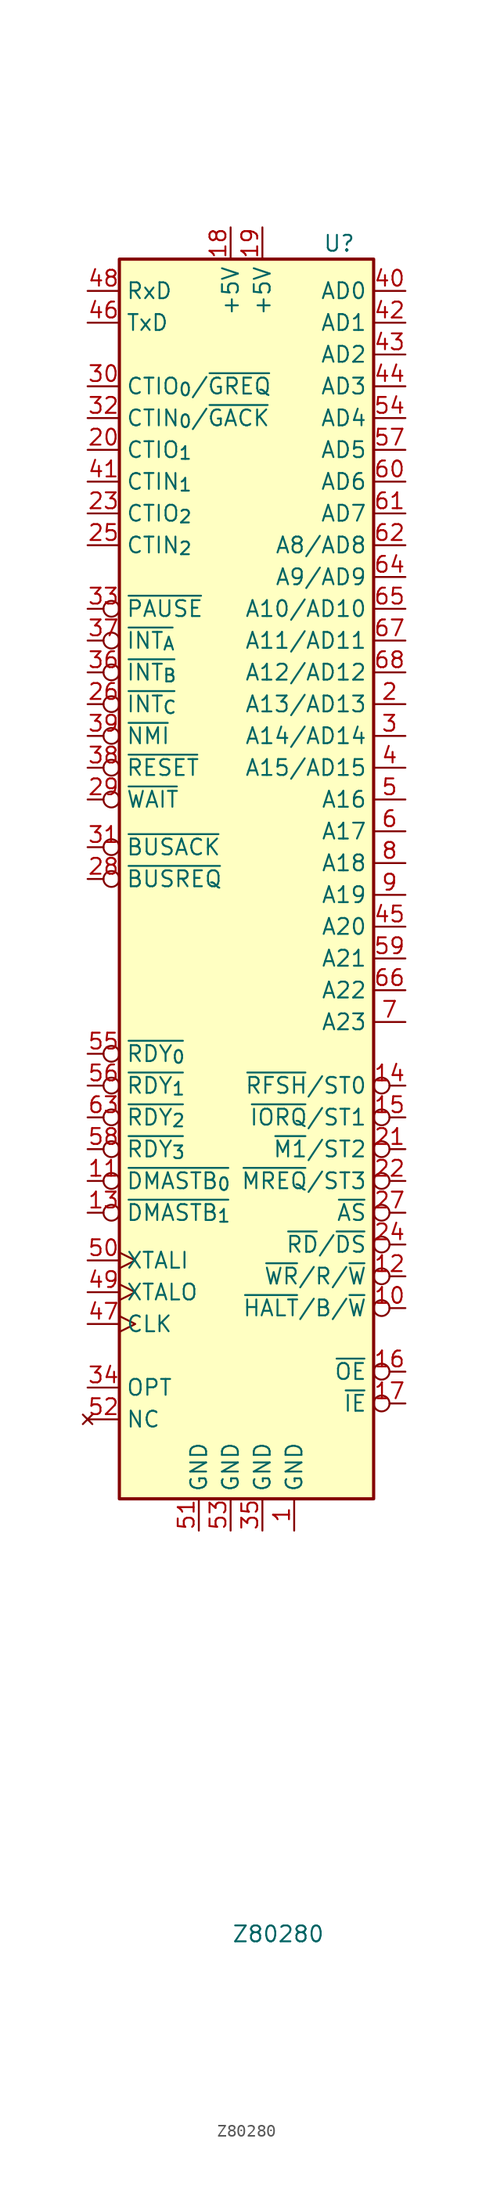
<source format=kicad_sym>
(kicad_symbol_lib
  (version 20231120)
  (generator "kicad_symbol_editor")
  (generator_version "8.0")
  (symbol "Z80280"
    (property "Reference" "U"
      (at 6.096 50.038 0)
      (effects (font (size 1.27 1.27)) (justify left bottom)))
    (property "Value" "Z80280"
      (at 2.54 -83.566 0)
      (effects (font (size 1.27 1.27)) (justify top)))
    (symbol "Z80280_0_1"
      (rectangle (start -10.16 49.53) (end 10.16 -49.53) (stroke (width 0.254) (type default)) (fill (type background))))
    (symbol "Z80280_1_0"
      (pin power_in line (at 3.81 -52.07 90) (length 2.54) (name "GND" (effects (font (size 1.27 1.27)))) (number "1" (effects (font (size 1.27 1.27)))))
      (pin output inverted (at -12.7 -24.13 0) (length 2.54) (name "~{DMASTB_{0}}" (effects (font (size 1.27 1.27)))) (number "11" (effects (font (size 1.27 1.27)))))
      (pin output inverted (at 12.7 -16.51 180) (length 2.54) (name "~{RFSH}/ST0" (effects (font (size 1.27 1.27)))) (number "14" (effects (font (size 1.27 1.27)))))
      (pin output inverted (at 12.7 -19.05 180) (length 2.54) (name "~{IORQ}/ST1" (effects (font (size 1.27 1.27)))) (number "15" (effects (font (size 1.27 1.27)))))
      (pin output inverted (at 12.7 -39.37 180) (length 2.54) (name "~{OE}" (effects (font (size 1.27 1.27)))) (number "16" (effects (font (size 1.27 1.27)))))
      (pin output inverted (at 12.7 -41.91 180) (length 2.54) (name "~{IE}" (effects (font (size 1.27 1.27)))) (number "17" (effects (font (size 1.27 1.27)))))
      (pin power_in line (at -1.27 52.07 270) (length 2.54) (name "+5V" (effects (font (size 1.27 1.27)))) (number "18" (effects (font (size 1.27 1.27)))))
      (pin power_in line (at 1.27 52.07 270) (length 2.54) (name "+5V" (effects (font (size 1.27 1.27)))) (number "19" (effects (font (size 1.27 1.27)))))
      (pin bidirectional line (at 12.7 13.97 180) (length 2.54) (name "A13/AD13" (effects (font (size 1.27 1.27)))) (number "2" (effects (font (size 1.27 1.27)))))
      (pin bidirectional line (at -12.7 34.29 0) (length 2.54) (name "CTIO_{1}" (effects (font (size 1.27 1.27)))) (number "20" (effects (font (size 1.27 1.27)))))
      (pin output inverted (at 12.7 -21.59 180) (length 2.54) (name "~{M1}/ST2" (effects (font (size 1.27 1.27)))) (number "21" (effects (font (size 1.27 1.27)))))
      (pin output inverted (at 12.7 -24.13 180) (length 2.54) (name "~{MREQ}/ST3" (effects (font (size 1.27 1.27)))) (number "22" (effects (font (size 1.27 1.27)))))
      (pin input line (at -12.7 -40.64 0) (length 2.54) (name "OPT" (effects (font (size 1.27 1.27)))) (number "34" (effects (font (size 1.27 1.27)))))
      (pin input inverted (at -12.7 16.51 0) (length 2.54) (name "~{INT_{B}}" (effects (font (size 1.27 1.27)))) (number "36" (effects (font (size 1.27 1.27)))))
      (pin power_in line (at -1.27 -52.07 90) (length 2.54) (name "GND" (effects (font (size 1.27 1.27)))) (number "53" (effects (font (size 1.27 1.27)))))
      (pin bidirectional line (at 12.7 36.83 180) (length 2.54) (name "AD4" (effects (font (size 1.27 1.27)))) (number "54" (effects (font (size 1.27 1.27)))))
      (pin input inverted (at -12.7 -13.97 0) (length 2.54) (name "~{RDY_{0}}" (effects (font (size 1.27 1.27)))) (number "55" (effects (font (size 1.27 1.27)))))
      (pin input inverted (at -12.7 -16.51 0) (length 2.54) (name "~{RDY_{1}}" (effects (font (size 1.27 1.27)))) (number "56" (effects (font (size 1.27 1.27)))))
      (pin bidirectional line (at 12.7 34.29 180) (length 2.54) (name "AD5" (effects (font (size 1.27 1.27)))) (number "57" (effects (font (size 1.27 1.27)))))
      (pin input inverted (at -12.7 -21.59 0) (length 2.54) (name "~{RDY_{3}}" (effects (font (size 1.27 1.27)))) (number "58" (effects (font (size 1.27 1.27)))))
      (pin output line (at 12.7 -6.35 180) (length 2.54) (name "A21" (effects (font (size 1.27 1.27)))) (number "59" (effects (font (size 1.27 1.27)))))
      (pin output line (at 12.7 3.81 180) (length 2.54) (name "A17" (effects (font (size 1.27 1.27)))) (number "6" (effects (font (size 1.27 1.27)))))
      (pin bidirectional line (at 12.7 31.75 180) (length 2.54) (name "AD6" (effects (font (size 1.27 1.27)))) (number "60" (effects (font (size 1.27 1.27)))))
      (pin bidirectional line (at 12.7 29.21 180) (length 2.54) (name "AD7" (effects (font (size 1.27 1.27)))) (number "61" (effects (font (size 1.27 1.27)))))
      (pin bidirectional line (at 12.7 26.67 180) (length 2.54) (name "A8/AD8" (effects (font (size 1.27 1.27)))) (number "62" (effects (font (size 1.27 1.27)))))
      (pin input inverted (at -12.7 -19.05 0) (length 2.54) (name "~{RDY_{2}}" (effects (font (size 1.27 1.27)))) (number "63" (effects (font (size 1.27 1.27)))))
      (pin bidirectional line (at 12.7 24.13 180) (length 2.54) (name "A9/AD9" (effects (font (size 1.27 1.27)))) (number "64" (effects (font (size 1.27 1.27)))))
      (pin bidirectional line (at 12.7 16.51 180) (length 2.54) (name "A12/AD12" (effects (font (size 1.27 1.27)))) (number "68" (effects (font (size 1.27 1.27)))))
      (pin output line (at 12.7 -11.43 180) (length 2.54) (name "A23" (effects (font (size 1.27 1.27)))) (number "7" (effects (font (size 1.27 1.27))))))
    (symbol "Z80280_1_1"
      (pin output inverted (at 12.7 -34.29 180) (length 2.54) (name "~{HALT}/B/~{W}" (effects (font (size 1.27 1.27)))) (number "10" (effects (font (size 1.27 1.27)))))
      (pin output inverted (at 12.7 -31.75 180) (length 2.54) (name "~{WR}/R/~{W}" (effects (font (size 1.27 1.27)))) (number "12" (effects (font (size 1.27 1.27)))))
      (pin output inverted (at -12.7 -26.67 0) (length 2.54) (name "~{DMASTB_{1}}" (effects (font (size 1.27 1.27)))) (number "13" (effects (font (size 1.27 1.27)))))
      (pin bidirectional line (at -12.7 29.21 0) (length 2.54) (name "CTIO_{2}" (effects (font (size 1.27 1.27)))) (number "23" (effects (font (size 1.27 1.27)))))
      (pin output inverted (at 12.7 -29.21 180) (length 2.54) (name "~{RD}/~{DS}" (effects (font (size 1.27 1.27)))) (number "24" (effects (font (size 1.27 1.27)))))
      (pin input line (at -12.7 26.67 0) (length 2.54) (name "CTIN_{2}" (effects (font (size 1.27 1.27)))) (number "25" (effects (font (size 1.27 1.27)))))
      (pin input inverted (at -12.7 13.97 0) (length 2.54) (name "~{INT_{C}}" (effects (font (size 1.27 1.27)))) (number "26" (effects (font (size 1.27 1.27)))))
      (pin output inverted (at 12.7 -26.67 180) (length 2.54) (name "~{AS}" (effects (font (size 1.27 1.27)))) (number "27" (effects (font (size 1.27 1.27)))))
      (pin input inverted (at -12.7 0 0) (length 2.54) (name "~{BUSREQ}" (effects (font (size 1.27 1.27)))) (number "28" (effects (font (size 1.27 1.27)))))
      (pin input inverted (at -12.7 6.35 0) (length 2.54) (name "~{WAIT}" (effects (font (size 1.27 1.27)))) (number "29" (effects (font (size 1.27 1.27)))))
      (pin bidirectional line (at 12.7 11.43 180) (length 2.54) (name "A14/AD14" (effects (font (size 1.27 1.27)))) (number "3" (effects (font (size 1.27 1.27)))))
      (pin bidirectional line (at -12.7 39.37 0) (length 2.54) (name "CTIO_{0}/~{GREQ}" (effects (font (size 1.27 1.27)))) (number "30" (effects (font (size 1.27 1.27)))))
      (pin output inverted (at -12.7 2.54 0) (length 2.54) (name "~{BUSACK}" (effects (font (size 1.27 1.27)))) (number "31" (effects (font (size 1.27 1.27)))))
      (pin input line (at -12.7 36.83 0) (length 2.54) (name "CTIN_{0}/~{GACK}" (effects (font (size 1.27 1.27)))) (number "32" (effects (font (size 1.27 1.27)))))
      (pin input inverted (at -12.7 21.59 0) (length 2.54) (name "~{PAUSE}" (effects (font (size 1.27 1.27)))) (number "33" (effects (font (size 1.27 1.27)))))
      (pin power_in line (at 1.27 -52.07 90) (length 2.54) (name "GND" (effects (font (size 1.27 1.27)))) (number "35" (effects (font (size 1.27 1.27)))))
      (pin input inverted (at -12.7 19.05 0) (length 2.54) (name "~{INT_{A}}" (effects (font (size 1.27 1.27)))) (number "37" (effects (font (size 1.27 1.27)))))
      (pin input inverted (at -12.7 8.89 0) (length 2.54) (name "~{RESET}" (effects (font (size 1.27 1.27)))) (number "38" (effects (font (size 1.27 1.27)))))
      (pin input inverted (at -12.7 11.43 0) (length 2.54) (name "~{NMI}" (effects (font (size 1.27 1.27)))) (number "39" (effects (font (size 1.27 1.27)))))
      (pin bidirectional line (at 12.7 8.89 180) (length 2.54) (name "A15/AD15" (effects (font (size 1.27 1.27)))) (number "4" (effects (font (size 1.27 1.27)))))
      (pin bidirectional line (at 12.7 46.99 180) (length 2.54) (name "AD0" (effects (font (size 1.27 1.27)))) (number "40" (effects (font (size 1.27 1.27)))))
      (pin input line (at -12.7 31.75 0) (length 2.54) (name "CTIN_{1}" (effects (font (size 1.27 1.27)))) (number "41" (effects (font (size 1.27 1.27)))))
      (pin bidirectional line (at 12.7 44.45 180) (length 2.54) (name "AD1" (effects (font (size 1.27 1.27)))) (number "42" (effects (font (size 1.27 1.27)))))
      (pin bidirectional line (at 12.7 41.91 180) (length 2.54) (name "AD2" (effects (font (size 1.27 1.27)))) (number "43" (effects (font (size 1.27 1.27)))))
      (pin bidirectional line (at 12.7 39.37 180) (length 2.54) (name "AD3" (effects (font (size 1.27 1.27)))) (number "44" (effects (font (size 1.27 1.27)))))
      (pin output line (at 12.7 -3.81 180) (length 2.54) (name "A20" (effects (font (size 1.27 1.27)))) (number "45" (effects (font (size 1.27 1.27)))))
      (pin output line (at -12.7 44.45 0) (length 2.54) (name "TxD" (effects (font (size 1.27 1.27)))) (number "46" (effects (font (size 1.27 1.27)))))
      (pin output clock (at -12.7 -35.56 0) (length 2.54) (name "CLK" (effects (font (size 1.27 1.27)))) (number "47" (effects (font (size 1.27 1.27)))))
      (pin input line (at -12.7 46.99 0) (length 2.54) (name "RxD" (effects (font (size 1.27 1.27)))) (number "48" (effects (font (size 1.27 1.27)))))
      (pin passive clock (at -12.7 -33.02 0) (length 2.54) (name "XTALO" (effects (font (size 1.27 1.27)))) (number "49" (effects (font (size 1.27 1.27)))))
      (pin output line (at 12.7 6.35 180) (length 2.54) (name "A16" (effects (font (size 1.27 1.27)))) (number "5" (effects (font (size 1.27 1.27)))))
      (pin input clock (at -12.7 -30.48 0) (length 2.54) (name "XTALI" (effects (font (size 1.27 1.27)))) (number "50" (effects (font (size 1.27 1.27)))))
      (pin power_in line (at -3.81 -52.07 90) (length 2.54) (name "GND" (effects (font (size 1.27 1.27)))) (number "51" (effects (font (size 1.27 1.27)))))
      (pin no_connect line (at -12.7 -43.18 0) (length 2.54) (name "NC" (effects (font (size 1.27 1.27)))) (number "52" (effects (font (size 1.27 1.27)))))
      (pin bidirectional line (at 12.7 21.59 180) (length 2.54) (name "A10/AD10" (effects (font (size 1.27 1.27)))) (number "65" (effects (font (size 1.27 1.27)))))
      (pin output line (at 12.7 -8.89 180) (length 2.54) (name "A22" (effects (font (size 1.27 1.27)))) (number "66" (effects (font (size 1.27 1.27)))))
      (pin bidirectional line (at 12.7 19.05 180) (length 2.54) (name "A11/AD11" (effects (font (size 1.27 1.27)))) (number "67" (effects (font (size 1.27 1.27)))))
      (pin output line (at 12.7 1.27 180) (length 2.54) (name "A18" (effects (font (size 1.27 1.27)))) (number "8" (effects (font (size 1.27 1.27)))))
      (pin output line (at 12.7 -1.27 180) (length 2.54) (name "A19" (effects (font (size 1.27 1.27)))) (number "9" (effects (font (size 1.27 1.27))))))))
</source>
